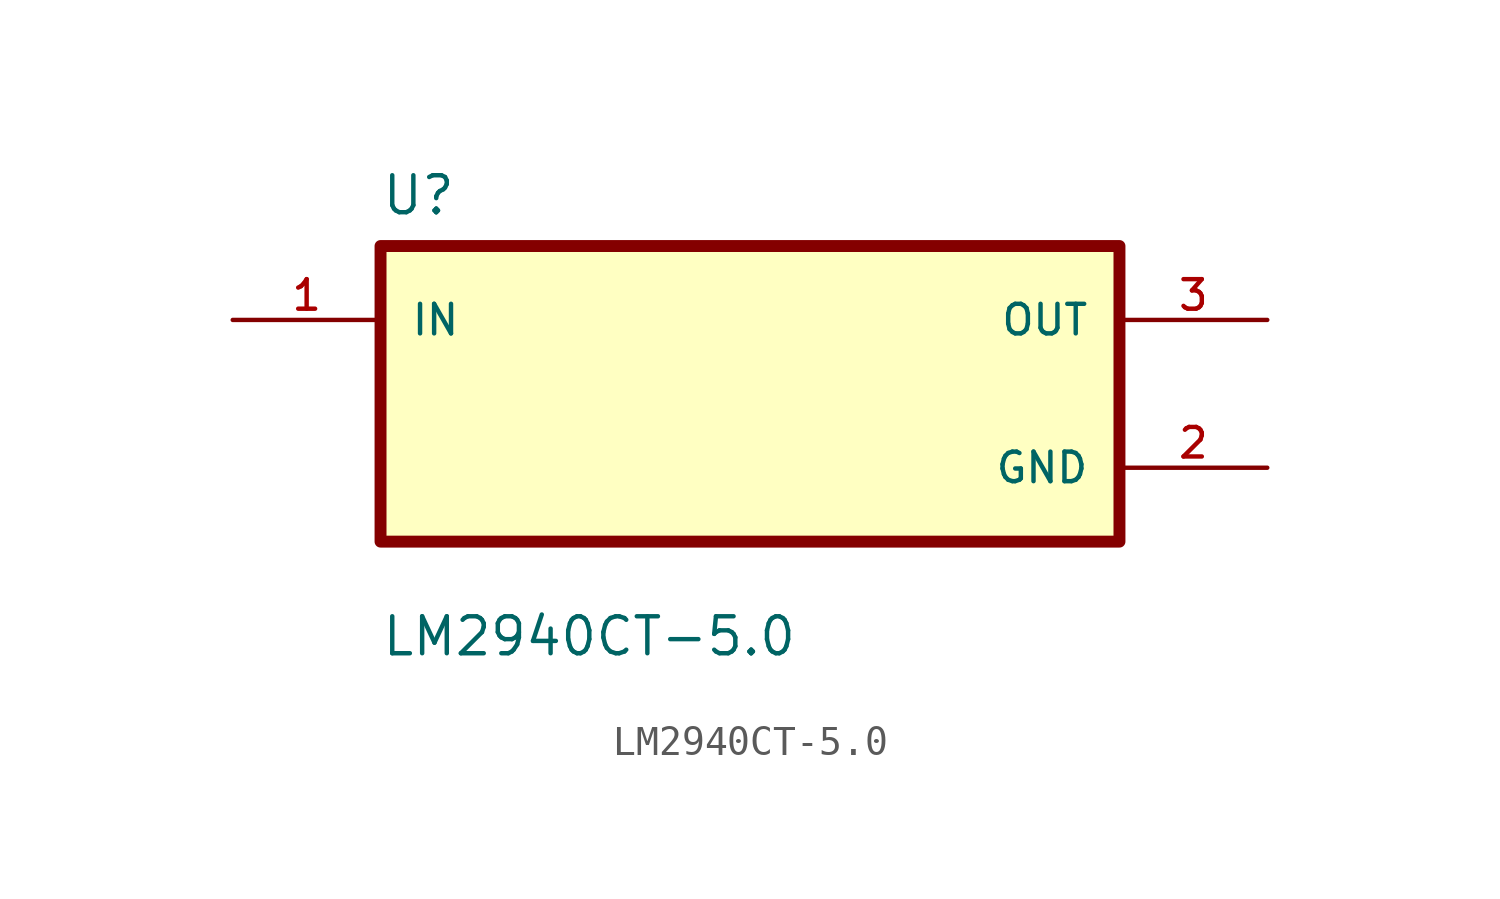
<source format=kicad_sym>
(kicad_symbol_lib
  (version 20211014)
  (generator kicad_symbol_editor)
  (symbol "LM2940CT-5.0"
    (pin_names
      (offset 1.016))
    (property "Reference" "U"
      (at -12.7 6.08 0.0)
      (effects (font (size 1.27 1.27)) (justify bottom left)))
    (property "Value" "LM2940CT-5.0"
      (at -12.7 -9.08 0.0)
      (effects (font (size 1.27 1.27)) (justify bottom left)))
    (symbol "LM2940CT-5.0_0_0"
      (rectangle (start -12.7 -5.08) (end 12.7 5.08) (stroke (width 0.41)) (fill (type background)))
      (pin input line (at -17.78 2.54 0) (length 5.08) (name "IN" (effects (font (size 1.016 1.016)))) (number "1" (effects (font (size 1.016 1.016)))))
      (pin output line (at 17.78 2.54 180.0) (length 5.08) (name "OUT" (effects (font (size 1.016 1.016)))) (number "3" (effects (font (size 1.016 1.016)))))
      (pin power_in line (at 17.78 -2.54 180.0) (length 5.08) (name "GND" (effects (font (size 1.016 1.016)))) (number "2" (effects (font (size 1.016 1.016))))))))
</source>
